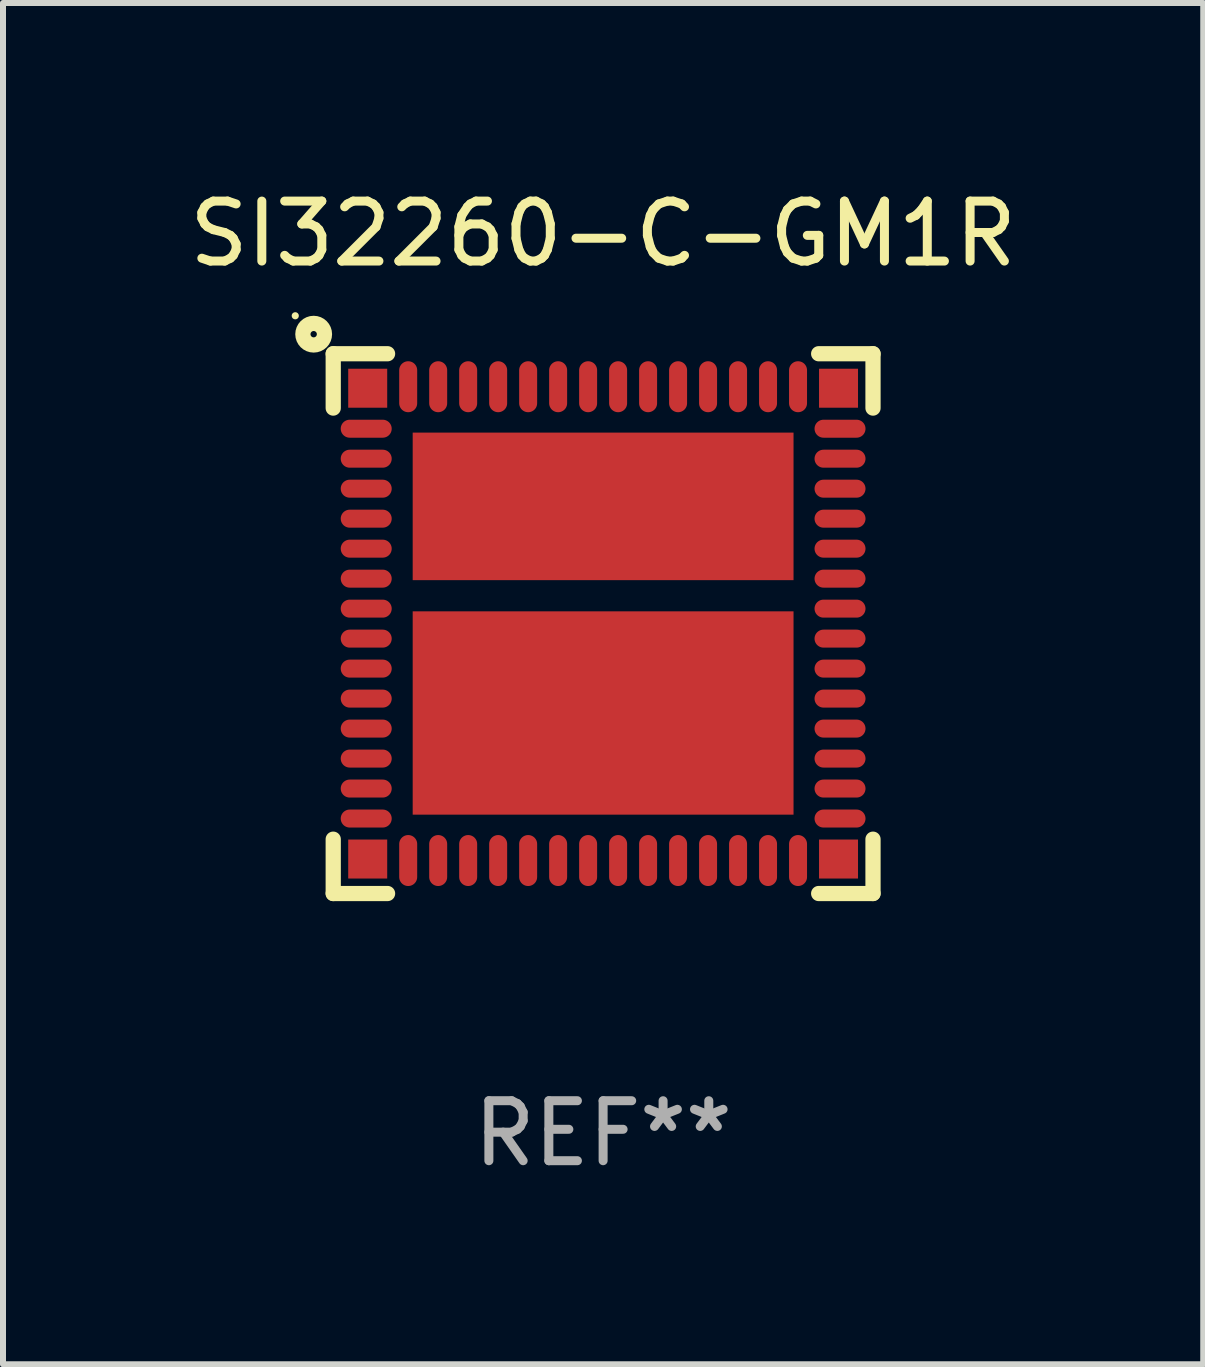
<source format=kicad_pcb>
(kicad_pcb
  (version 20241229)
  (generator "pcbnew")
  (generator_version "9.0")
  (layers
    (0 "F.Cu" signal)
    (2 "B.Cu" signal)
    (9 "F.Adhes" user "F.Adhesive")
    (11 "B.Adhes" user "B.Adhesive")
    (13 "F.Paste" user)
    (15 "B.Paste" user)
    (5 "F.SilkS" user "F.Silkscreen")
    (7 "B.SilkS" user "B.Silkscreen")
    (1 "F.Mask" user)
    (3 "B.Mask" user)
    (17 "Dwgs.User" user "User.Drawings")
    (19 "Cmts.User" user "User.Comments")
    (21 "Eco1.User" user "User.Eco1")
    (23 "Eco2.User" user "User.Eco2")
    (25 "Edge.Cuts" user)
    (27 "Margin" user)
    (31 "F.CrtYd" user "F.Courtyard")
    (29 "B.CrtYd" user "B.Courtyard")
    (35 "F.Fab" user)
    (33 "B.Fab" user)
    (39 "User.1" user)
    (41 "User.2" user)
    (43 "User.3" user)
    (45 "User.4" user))
  (footprint "SI32260-C-GM1R"
    (layer "F.Cu")
    (at 7.006 7.348)
    (property "Reference" "SI32260-C-GM1R" (at 0 -6.5 0) (layer "F.SilkS") (effects (font (size 1 1) (thickness 0.15))))
    (attr through_hole)
    (fp_line (start -4.5 -4.5) (end -4.5 -3.594) (stroke (width 0.254) (type solid)) (layer "F.SilkS"))
    (fp_line (start -4.5 3.594) (end -4.5 4.5) (stroke (width 0.254) (type solid)) (layer "F.SilkS"))
    (fp_line (start -4.5 4.5) (end -3.594 4.5) (stroke (width 0.254) (type solid)) (layer "F.SilkS"))
    (fp_line (start -3.594 -4.5) (end -4.5 -4.5) (stroke (width 0.254) (type solid)) (layer "F.SilkS"))
    (fp_line (start 3.594 4.5) (end 4.5 4.5) (stroke (width 0.254) (type solid)) (layer "F.SilkS"))
    (fp_line (start 4.5 -4.5) (end 3.594 -4.5) (stroke (width 0.254) (type solid)) (layer "F.SilkS"))
    (fp_line (start 4.5 -3.594) (end 4.5 -4.5) (stroke (width 0.254) (type solid)) (layer "F.SilkS"))
    (fp_line (start 4.5 4.5) (end 4.5 3.594) (stroke (width 0.254) (type solid)) (layer "F.SilkS"))
    (fp_circle (center -5.133 -5.133) (end -5.103 -5.133) (stroke (width 0.06) (type solid)) (fill no) (layer "F.SilkS"))
    (fp_circle (center -4.826 -4.826) (end -4.646 -4.826) (stroke (width 0.254) (type solid)) (fill no) (layer "F.SilkS"))
    (fp_text user "REF**" (at 0 8.5 0) (layer "F.Fab") (effects (font (size 1 1) (thickness 0.15))))
    (pad "1" smd rect (at -3.925 -3.925) (size 0.65 0.65) (layers "F.Cu" "F.Mask" "F.Paste"))
    (pad "2" smd oval (at -3.95 -3.25) (size 0.85 0.3) (layers "F.Cu" "F.Mask" "F.Paste"))
    (pad "3" smd oval (at -3.95 -2.75) (size 0.85 0.3) (layers "F.Cu" "F.Mask" "F.Paste"))
    (pad "4" smd oval (at -3.95 -2.25) (size 0.85 0.3) (layers "F.Cu" "F.Mask" "F.Paste"))
    (pad "5" smd oval (at -3.95 -1.75) (size 0.85 0.3) (layers "F.Cu" "F.Mask" "F.Paste"))
    (pad "6" smd oval (at -3.95 -1.25) (size 0.85 0.3) (layers "F.Cu" "F.Mask" "F.Paste"))
    (pad "7" smd oval (at -3.95 -0.75) (size 0.85 0.3) (layers "F.Cu" "F.Mask" "F.Paste"))
    (pad "8" smd oval (at -3.95 -0.25) (size 0.85 0.3) (layers "F.Cu" "F.Mask" "F.Paste"))
    (pad "9" smd oval (at -3.95 0.25) (size 0.85 0.3) (layers "F.Cu" "F.Mask" "F.Paste"))
    (pad "10" smd oval (at -3.95 0.75) (size 0.85 0.3) (layers "F.Cu" "F.Mask" "F.Paste"))
    (pad "11" smd oval (at -3.95 1.25) (size 0.85 0.3) (layers "F.Cu" "F.Mask" "F.Paste"))
    (pad "12" smd oval (at -3.95 1.75) (size 0.85 0.3) (layers "F.Cu" "F.Mask" "F.Paste"))
    (pad "13" smd oval (at -3.95 2.25) (size 0.85 0.3) (layers "F.Cu" "F.Mask" "F.Paste"))
    (pad "14" smd oval (at -3.95 2.75) (size 0.85 0.3) (layers "F.Cu" "F.Mask" "F.Paste"))
    (pad "15" smd oval (at -3.95 3.25) (size 0.85 0.3) (layers "F.Cu" "F.Mask" "F.Paste"))
    (pad "16" smd rect (at -3.925 3.925) (size 0.65 0.65) (layers "F.Cu" "F.Mask" "F.Paste"))
    (pad "17" smd oval (at -3.25 3.95 90) (size 0.85 0.3) (layers "F.Cu" "F.Mask" "F.Paste"))
    (pad "18" smd oval (at -2.75 3.95 90) (size 0.85 0.3) (layers "F.Cu" "F.Mask" "F.Paste"))
    (pad "19" smd oval (at -2.25 3.95 90) (size 0.85 0.3) (layers "F.Cu" "F.Mask" "F.Paste"))
    (pad "20" smd oval (at -1.75 3.95 90) (size 0.85 0.3) (layers "F.Cu" "F.Mask" "F.Paste"))
    (pad "21" smd oval (at -1.25 3.95 90) (size 0.85 0.3) (layers "F.Cu" "F.Mask" "F.Paste"))
    (pad "22" smd oval (at -0.75 3.95 90) (size 0.85 0.3) (layers "F.Cu" "F.Mask" "F.Paste"))
    (pad "23" smd oval (at -0.25 3.95 90) (size 0.85 0.3) (layers "F.Cu" "F.Mask" "F.Paste"))
    (pad "24" smd oval (at 0.25 3.95 90) (size 0.85 0.3) (layers "F.Cu" "F.Mask" "F.Paste"))
    (pad "25" smd oval (at 0.75 3.95 90) (size 0.85 0.3) (layers "F.Cu" "F.Mask" "F.Paste"))
    (pad "26" smd oval (at 1.25 3.95 90) (size 0.85 0.3) (layers "F.Cu" "F.Mask" "F.Paste"))
    (pad "27" smd oval (at 1.75 3.95 90) (size 0.85 0.3) (layers "F.Cu" "F.Mask" "F.Paste"))
    (pad "28" smd oval (at 2.25 3.95 90) (size 0.85 0.3) (layers "F.Cu" "F.Mask" "F.Paste"))
    (pad "29" smd oval (at 2.75 3.95 90) (size 0.85 0.3) (layers "F.Cu" "F.Mask" "F.Paste"))
    (pad "30" smd oval (at 3.25 3.95 90) (size 0.85 0.3) (layers "F.Cu" "F.Mask" "F.Paste"))
    (pad "31" smd rect (at 3.925 3.925 180) (size 0.65 0.65) (layers "F.Cu" "F.Mask" "F.Paste"))
    (pad "32" smd oval (at 3.95 3.25 180) (size 0.85 0.3) (layers "F.Cu" "F.Mask" "F.Paste"))
    (pad "33" smd oval (at 3.95 2.75 180) (size 0.85 0.3) (layers "F.Cu" "F.Mask" "F.Paste"))
    (pad "34" smd oval (at 3.95 2.25 180) (size 0.85 0.3) (layers "F.Cu" "F.Mask" "F.Paste"))
    (pad "35" smd oval (at 3.95 1.75 180) (size 0.85 0.3) (layers "F.Cu" "F.Mask" "F.Paste"))
    (pad "36" smd oval (at 3.95 1.25 180) (size 0.85 0.3) (layers "F.Cu" "F.Mask" "F.Paste"))
    (pad "37" smd oval (at 3.95 0.75 180) (size 0.85 0.3) (layers "F.Cu" "F.Mask" "F.Paste"))
    (pad "38" smd oval (at 3.95 0.25 180) (size 0.85 0.3) (layers "F.Cu" "F.Mask" "F.Paste"))
    (pad "39" smd oval (at 3.95 -0.25 180) (size 0.85 0.3) (layers "F.Cu" "F.Mask" "F.Paste"))
    (pad "40" smd oval (at 3.95 -0.75 180) (size 0.85 0.3) (layers "F.Cu" "F.Mask" "F.Paste"))
    (pad "41" smd oval (at 3.95 -1.25 180) (size 0.85 0.3) (layers "F.Cu" "F.Mask" "F.Paste"))
    (pad "42" smd oval (at 3.95 -1.75 180) (size 0.85 0.3) (layers "F.Cu" "F.Mask" "F.Paste"))
    (pad "43" smd oval (at 3.95 -2.25 180) (size 0.85 0.3) (layers "F.Cu" "F.Mask" "F.Paste"))
    (pad "44" smd oval (at 3.95 -2.75 180) (size 0.85 0.3) (layers "F.Cu" "F.Mask" "F.Paste"))
    (pad "45" smd oval (at 3.95 -3.25 180) (size 0.85 0.3) (layers "F.Cu" "F.Mask" "F.Paste"))
    (pad "46" smd rect (at 3.925 -3.925 180) (size 0.65 0.65) (layers "F.Cu" "F.Mask" "F.Paste"))
    (pad "47" smd oval (at 3.25 -3.95 270) (size 0.85 0.3) (layers "F.Cu" "F.Mask" "F.Paste"))
    (pad "48" smd oval (at 2.75 -3.95 270) (size 0.85 0.3) (layers "F.Cu" "F.Mask" "F.Paste"))
    (pad "49" smd oval (at 2.25 -3.95 270) (size 0.85 0.3) (layers "F.Cu" "F.Mask" "F.Paste"))
    (pad "50" smd oval (at 1.75 -3.95 270) (size 0.85 0.3) (layers "F.Cu" "F.Mask" "F.Paste"))
    (pad "51" smd oval (at 1.25 -3.95 270) (size 0.85 0.3) (layers "F.Cu" "F.Mask" "F.Paste"))
    (pad "52" smd oval (at 0.75 -3.95 270) (size 0.85 0.3) (layers "F.Cu" "F.Mask" "F.Paste"))
    (pad "53" smd oval (at 0.25 -3.95 270) (size 0.85 0.3) (layers "F.Cu" "F.Mask" "F.Paste"))
    (pad "54" smd oval (at -0.25 -3.95 270) (size 0.85 0.3) (layers "F.Cu" "F.Mask" "F.Paste"))
    (pad "55" smd oval (at -0.75 -3.95 270) (size 0.85 0.3) (layers "F.Cu" "F.Mask" "F.Paste"))
    (pad "56" smd oval (at -1.25 -3.95 270) (size 0.85 0.3) (layers "F.Cu" "F.Mask" "F.Paste"))
    (pad "57" smd oval (at -1.75 -3.95 270) (size 0.85 0.3) (layers "F.Cu" "F.Mask" "F.Paste"))
    (pad "58" smd oval (at -2.25 -3.95 270) (size 0.85 0.3) (layers "F.Cu" "F.Mask" "F.Paste"))
    (pad "59" smd oval (at -2.75 -3.95 270) (size 0.85 0.3) (layers "F.Cu" "F.Mask" "F.Paste"))
    (pad "60" smd oval (at -3.25 -3.95 270) (size 0.85 0.3) (layers "F.Cu" "F.Mask" "F.Paste"))
    (pad "61" smd rect (at -0.000076 -1.955 180) (size 6.35 2.46) (layers "F.Cu" "F.Mask" "F.Paste"))
    (pad "62" smd rect (at -0.000076 1.49 180) (size 6.35 3.39) (layers "F.Cu" "F.Mask" "F.Paste")))
  (gr_rect
    (start -3 -3)
    (end 17.012 19.697)
    (stroke (width 0.1) (type default))
    (fill no)
    (layer "Edge.Cuts")))
</source>
